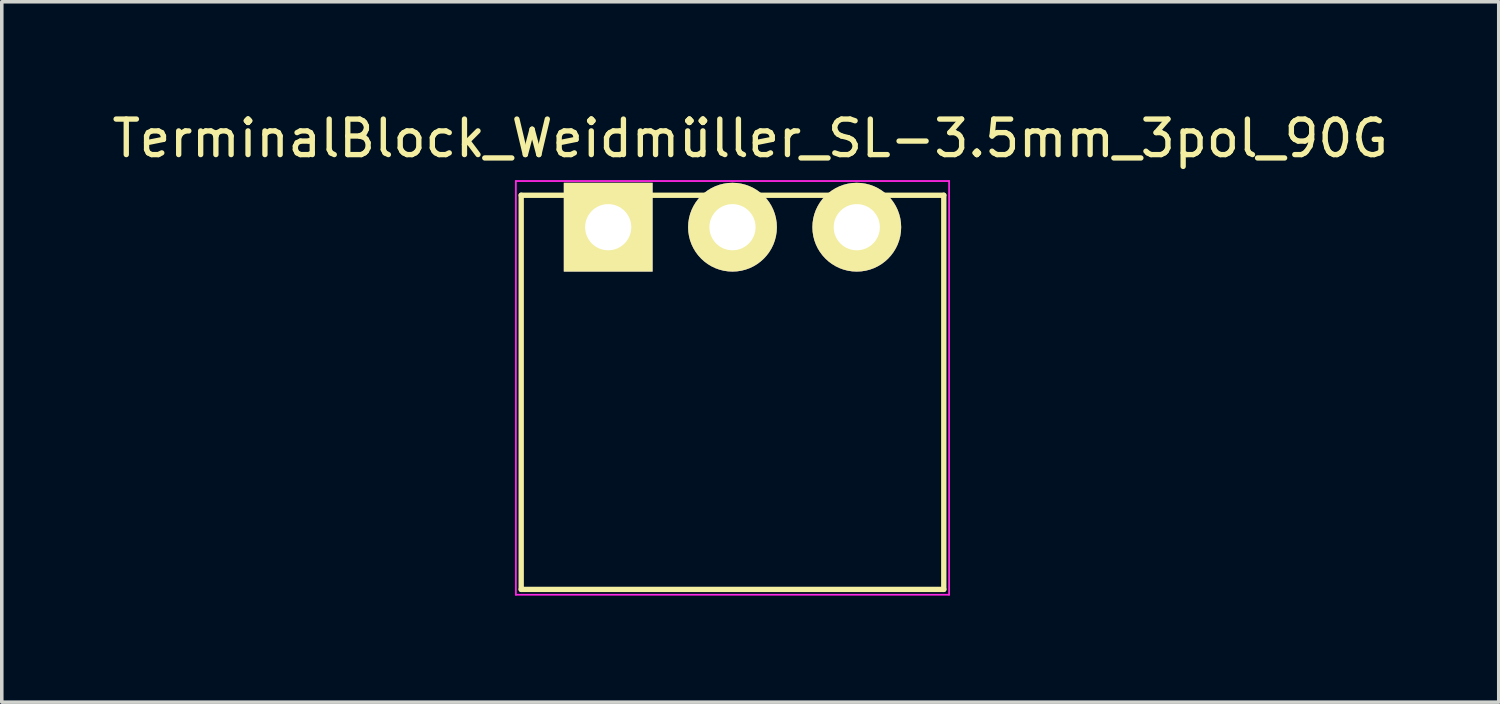
<source format=kicad_pcb>
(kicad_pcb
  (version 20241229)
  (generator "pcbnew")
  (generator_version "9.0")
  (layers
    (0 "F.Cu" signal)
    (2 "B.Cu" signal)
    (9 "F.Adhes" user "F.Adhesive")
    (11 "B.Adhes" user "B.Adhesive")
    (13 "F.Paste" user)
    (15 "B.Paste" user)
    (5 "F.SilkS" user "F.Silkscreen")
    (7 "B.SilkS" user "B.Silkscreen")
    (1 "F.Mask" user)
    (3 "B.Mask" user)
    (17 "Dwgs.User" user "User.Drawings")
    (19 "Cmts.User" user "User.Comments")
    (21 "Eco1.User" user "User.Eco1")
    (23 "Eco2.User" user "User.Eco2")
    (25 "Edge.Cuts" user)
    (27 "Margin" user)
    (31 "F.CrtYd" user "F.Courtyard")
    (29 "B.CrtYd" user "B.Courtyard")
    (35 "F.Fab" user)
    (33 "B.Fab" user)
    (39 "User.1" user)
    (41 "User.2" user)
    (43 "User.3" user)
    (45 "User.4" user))
  (footprint "TerminalBlock_Weidmüller_SL-3.5mm_3pol_90G"
    (layer "F.Cu")
    (at 14.077 3.348)
    (property "Reference" "TerminalBlock_Weidmüller_SL-3.5mm_3pol_90G" (at 4 -2.5 0) (layer "F.SilkS") (effects (font (size 1 1) (thickness 0.15))))
    (attr through_hole)
    (fp_line (start -2.45 -0.9) (end 9.45 -0.9) (stroke (width 0.15) (type solid)) (layer "F.SilkS"))
    (fp_line (start -2.45 10.2) (end -2.45 -0.9) (stroke (width 0.15) (type solid)) (layer "F.SilkS"))
    (fp_line (start 9.45 -0.9) (end 9.45 10.2) (stroke (width 0.15) (type solid)) (layer "F.SilkS"))
    (fp_line (start 9.45 10.2) (end -2.45 10.2) (stroke (width 0.15) (type solid)) (layer "F.SilkS"))
    (fp_line (start -2.6 -1.3) (end 9.6 -1.3) (stroke (width 0.05) (type solid)) (layer "F.CrtYd"))
    (fp_line (start -2.6 10.35) (end -2.6 -1.3) (stroke (width 0.05) (type solid)) (layer "F.CrtYd"))
    (fp_line (start 9.6 -1.3) (end 9.6 10.35) (stroke (width 0.05) (type solid)) (layer "F.CrtYd"))
    (fp_line (start 9.6 10.35) (end -2.6 10.35) (stroke (width 0.05) (type solid)) (layer "F.CrtYd"))
    (pad "1" thru_hole rect (at 0 0) (size 2.5 2.5) (drill 1.3) (layers "*.Cu" "*.Mask" "F.SilkS"))
    (pad "2" thru_hole circle (at 3.5 0) (size 2.5 2.5) (drill 1.3) (layers "*.Cu" "*.Mask" "F.SilkS"))
    (pad "3" thru_hole circle (at 7 0) (size 2.5 2.5) (drill 1.3) (layers "*.Cu" "*.Mask" "F.SilkS")))
  (gr_rect
    (start -3 -3)
    (end 39.155 16.723)
    (stroke (width 0.1) (type default))
    (fill no)
    (layer "Edge.Cuts")))
</source>
